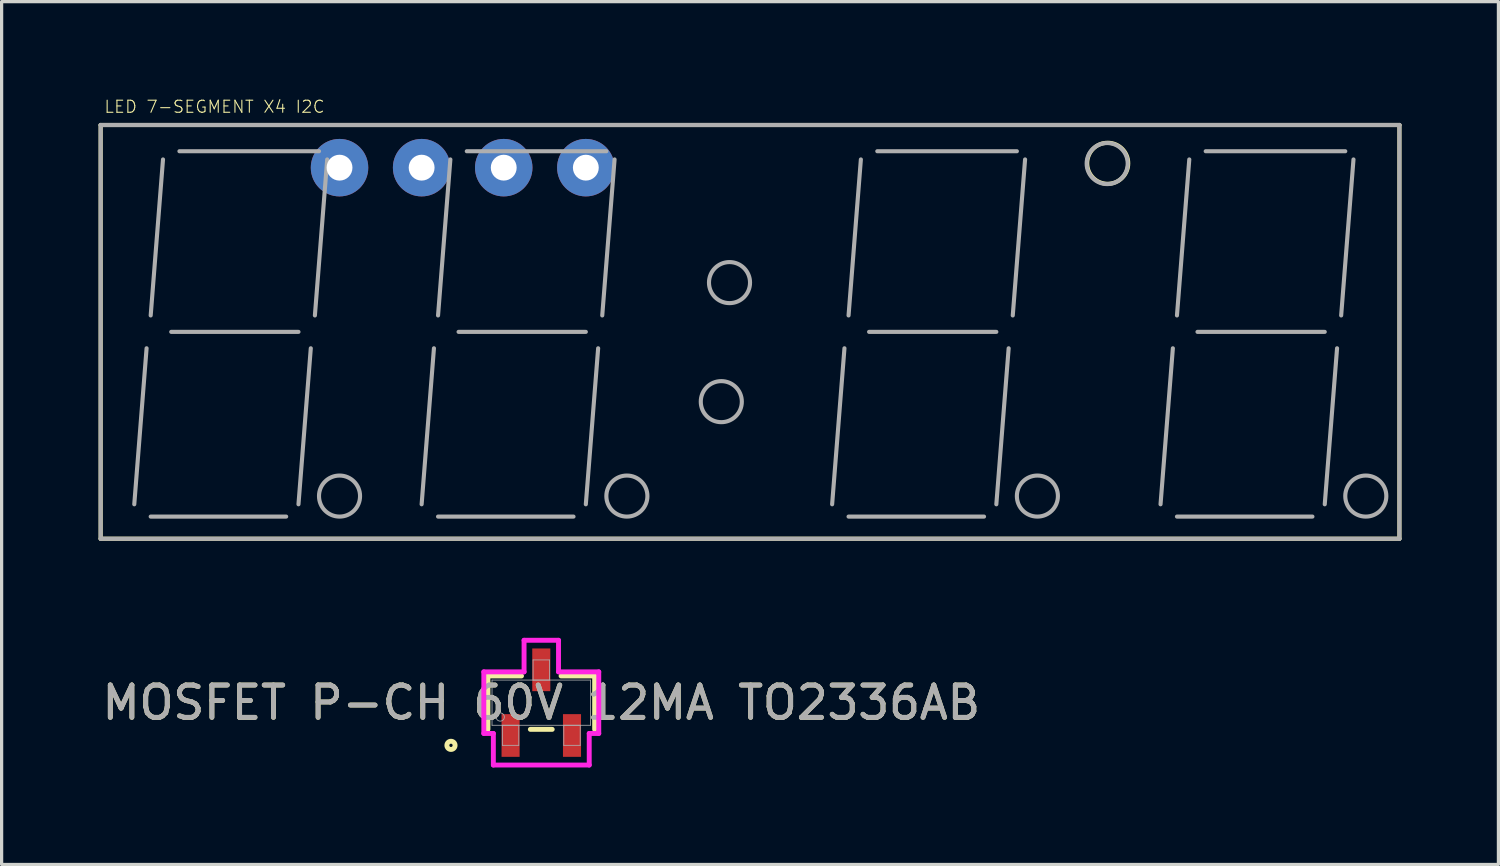
<source format=kicad_pcb>
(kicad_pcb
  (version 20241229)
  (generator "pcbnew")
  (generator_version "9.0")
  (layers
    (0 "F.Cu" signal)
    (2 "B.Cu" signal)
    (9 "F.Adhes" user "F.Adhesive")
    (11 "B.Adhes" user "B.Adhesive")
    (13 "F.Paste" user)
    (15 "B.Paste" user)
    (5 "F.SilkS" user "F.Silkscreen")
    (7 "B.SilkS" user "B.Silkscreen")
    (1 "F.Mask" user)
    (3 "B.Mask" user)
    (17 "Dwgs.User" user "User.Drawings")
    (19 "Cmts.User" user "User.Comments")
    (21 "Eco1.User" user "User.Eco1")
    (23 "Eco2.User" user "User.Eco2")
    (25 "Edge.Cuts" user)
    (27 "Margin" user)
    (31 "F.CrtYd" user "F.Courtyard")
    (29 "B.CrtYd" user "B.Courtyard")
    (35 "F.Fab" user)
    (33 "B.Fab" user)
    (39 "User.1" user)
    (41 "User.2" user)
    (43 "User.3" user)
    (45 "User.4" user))
  (footprint "LED 7-SEGMENT X4 I2C"
    (layer "F.Cu")
    (at 20.154 7.217)
    (property "Reference" "LED 7-SEGMENT X4 I2C" (at -20 -6.746 0) (unlocked yes) (layer "F.SilkS") (effects (font (size 0.374 0.374) (thickness 0.033)) (justify left bottom)))
    (fp_line (start -20.09 -6.4) (end -20.09 6.4) (stroke (width 0.127) (type solid)) (layer "F.SilkS"))
    (fp_line (start -20.09 -6.4) (end 20.09 -6.4) (stroke (width 0.127) (type solid)) (layer "F.SilkS"))
    (fp_line (start -20.09 6.4) (end 20.09 6.4) (stroke (width 0.127) (type solid)) (layer "F.SilkS"))
    (fp_line (start 20.09 -6.4) (end 20.09 6.4) (stroke (width 0.127) (type solid)) (layer "F.SilkS"))
    (fp_circle (center 11.065 -5.215) (end 11.7 -5.215) (stroke (width 0.127) (type solid)) (fill no) (layer "F.SilkS"))
    (fp_line (start -20.09 -6.4) (end -20.09 6.4) (stroke (width 0.127) (type solid)) (layer "F.Fab"))
    (fp_line (start -20.09 -6.4) (end 20.09 -6.4) (stroke (width 0.127) (type solid)) (layer "F.Fab"))
    (fp_line (start -20.09 6.4) (end 20.09 6.4) (stroke (width 0.127) (type solid)) (layer "F.Fab"))
    (fp_line (start -18.669 0.508) (end -19.05 5.334) (stroke (width 0.127) (type solid)) (layer "F.Fab"))
    (fp_line (start -18.542 5.715) (end -14.351 5.715) (stroke (width 0.127) (type solid)) (layer "F.Fab"))
    (fp_line (start -18.161 -5.334) (end -18.542 -0.508) (stroke (width 0.127) (type solid)) (layer "F.Fab"))
    (fp_line (start -17.907 0) (end -13.97 0) (stroke (width 0.127) (type solid)) (layer "F.Fab"))
    (fp_line (start -17.653 -5.588) (end -13.335 -5.588) (stroke (width 0.127) (type solid)) (layer "F.Fab"))
    (fp_line (start -13.589 0.508) (end -13.97 5.334) (stroke (width 0.127) (type solid)) (layer "F.Fab"))
    (fp_line (start -13.081 -5.334) (end -13.462 -0.508) (stroke (width 0.127) (type solid)) (layer "F.Fab"))
    (fp_line (start -9.779 0.508) (end -10.16 5.334) (stroke (width 0.127) (type solid)) (layer "F.Fab"))
    (fp_line (start -9.652 5.715) (end -5.461 5.715) (stroke (width 0.127) (type solid)) (layer "F.Fab"))
    (fp_line (start -9.271 -5.334) (end -9.652 -0.508) (stroke (width 0.127) (type solid)) (layer "F.Fab"))
    (fp_line (start -9.017 0) (end -5.08 0) (stroke (width 0.127) (type solid)) (layer "F.Fab"))
    (fp_line (start -8.763 -5.588) (end -4.445 -5.588) (stroke (width 0.127) (type solid)) (layer "F.Fab"))
    (fp_line (start -4.699 0.508) (end -5.08 5.334) (stroke (width 0.127) (type solid)) (layer "F.Fab"))
    (fp_line (start -4.191 -5.334) (end -4.572 -0.508) (stroke (width 0.127) (type solid)) (layer "F.Fab"))
    (fp_line (start 2.921 0.508) (end 2.54 5.334) (stroke (width 0.127) (type solid)) (layer "F.Fab"))
    (fp_line (start 3.048 5.715) (end 7.239 5.715) (stroke (width 0.127) (type solid)) (layer "F.Fab"))
    (fp_line (start 3.429 -5.334) (end 3.048 -0.508) (stroke (width 0.127) (type solid)) (layer "F.Fab"))
    (fp_line (start 3.683 0) (end 7.62 0) (stroke (width 0.127) (type solid)) (layer "F.Fab"))
    (fp_line (start 3.937 -5.588) (end 8.255 -5.588) (stroke (width 0.127) (type solid)) (layer "F.Fab"))
    (fp_line (start 8.001 0.508) (end 7.62 5.334) (stroke (width 0.127) (type solid)) (layer "F.Fab"))
    (fp_line (start 8.509 -5.334) (end 8.128 -0.508) (stroke (width 0.127) (type solid)) (layer "F.Fab"))
    (fp_line (start 13.081 0.508) (end 12.7 5.334) (stroke (width 0.127) (type solid)) (layer "F.Fab"))
    (fp_line (start 13.208 5.715) (end 17.399 5.715) (stroke (width 0.127) (type solid)) (layer "F.Fab"))
    (fp_line (start 13.589 -5.334) (end 13.208 -0.508) (stroke (width 0.127) (type solid)) (layer "F.Fab"))
    (fp_line (start 13.843 0) (end 17.78 0) (stroke (width 0.127) (type solid)) (layer "F.Fab"))
    (fp_line (start 14.097 -5.588) (end 18.415 -5.588) (stroke (width 0.127) (type solid)) (layer "F.Fab"))
    (fp_line (start 18.161 0.508) (end 17.78 5.334) (stroke (width 0.127) (type solid)) (layer "F.Fab"))
    (fp_line (start 18.669 -5.334) (end 18.288 -0.508) (stroke (width 0.127) (type solid)) (layer "F.Fab"))
    (fp_line (start 20.09 -6.4) (end 20.09 6.4) (stroke (width 0.127) (type solid)) (layer "F.Fab"))
    (fp_circle (center -12.7 5.08) (end -12.065 5.08) (stroke (width 0.127) (type solid)) (fill no) (layer "F.Fab"))
    (fp_circle (center -3.81 5.08) (end -3.175 5.08) (stroke (width 0.127) (type solid)) (fill no) (layer "F.Fab"))
    (fp_circle (center -0.889 2.159) (end -0.254 2.159) (stroke (width 0.127) (type solid)) (fill no) (layer "F.Fab"))
    (fp_circle (center -0.635 -1.524) (end 0 -1.524) (stroke (width 0.127) (type solid)) (fill no) (layer "F.Fab"))
    (fp_circle (center 8.89 5.08) (end 9.525 5.08) (stroke (width 0.127) (type solid)) (fill no) (layer "F.Fab"))
    (fp_circle (center 11.049 -5.207) (end 11.684 -5.207) (stroke (width 0.127) (type solid)) (fill no) (layer "F.Fab"))
    (fp_circle (center 19.05 5.08) (end 19.685 5.08) (stroke (width 0.127) (type solid)) (fill no) (layer "F.Fab"))
    (pad "1" thru_hole circle (at -12.7 -5.08) (size 1.778 1.778) (drill 0.8) (layers "*.Cu" "*.Mask"))
    (pad "2" thru_hole circle (at -10.16 -5.08) (size 1.778 1.778) (drill 0.8) (layers "*.Cu" "*.Mask"))
    (pad "3" thru_hole circle (at -7.62 -5.08) (size 1.778 1.778) (drill 0.8) (layers "*.Cu" "*.Mask"))
    (pad "4" thru_hole circle (at -5.08 -5.08) (size 1.778 1.778) (drill 0.8) (layers "*.Cu" "*.Mask")))
  (footprint "MOSFET P-CH 60V 12MA TO2336AB"
    (layer "F.Cu")
    (at 13.696 18.688)
    (property "Reference" "MOSFET P-CH 60V 12MA TO2336AB" (at 0 0 0) (unlocked yes) (layer "F.SilkS") (effects (font (size 1 1) (thickness 0.15))))
    (attr smd)
    (fp_line (start -1.651 -0.826) (end -1.651 0.826) (stroke (width 0.152) (type solid)) (layer "F.SilkS"))
    (fp_line (start -0.612 -0.826) (end -1.651 -0.826) (stroke (width 0.152) (type solid)) (layer "F.SilkS"))
    (fp_line (start -0.338 0.826) (end 0.338 0.826) (stroke (width 0.152) (type solid)) (layer "F.SilkS"))
    (fp_line (start 1.651 -0.826) (end 0.612 -0.826) (stroke (width 0.152) (type solid)) (layer "F.SilkS"))
    (fp_line (start 1.651 0.826) (end 1.651 -0.826) (stroke (width 0.152) (type solid)) (layer "F.SilkS"))
    (fp_circle (center -2.794 1.321) (end -2.667 1.321) (stroke (width 0.152) (type solid)) (fill no) (layer "F.SilkS"))
    (fp_line (start -1.778 -0.953) (end -0.533 -0.953) (stroke (width 0.152) (type solid)) (layer "F.CrtYd"))
    (fp_line (start -1.778 0.953) (end -1.778 -0.953) (stroke (width 0.152) (type solid)) (layer "F.CrtYd"))
    (fp_line (start -1.778 0.953) (end -1.483 0.953) (stroke (width 0.152) (type solid)) (layer "F.CrtYd"))
    (fp_line (start -1.483 0.953) (end -1.483 1.93) (stroke (width 0.152) (type solid)) (layer "F.CrtYd"))
    (fp_line (start -1.483 1.93) (end 1.483 1.93) (stroke (width 0.152) (type solid)) (layer "F.CrtYd"))
    (fp_line (start -0.533 -1.93) (end 0.533 -1.93) (stroke (width 0.152) (type solid)) (layer "F.CrtYd"))
    (fp_line (start -0.533 -0.953) (end -0.533 -1.93) (stroke (width 0.152) (type solid)) (layer "F.CrtYd"))
    (fp_line (start 0.533 -0.953) (end 0.533 -1.93) (stroke (width 0.152) (type solid)) (layer "F.CrtYd"))
    (fp_line (start 1.483 0.953) (end 1.483 1.93) (stroke (width 0.152) (type solid)) (layer "F.CrtYd"))
    (fp_line (start 1.778 -0.953) (end 0.533 -0.953) (stroke (width 0.152) (type solid)) (layer "F.CrtYd"))
    (fp_line (start 1.778 -0.953) (end 1.778 0.953) (stroke (width 0.152) (type solid)) (layer "F.CrtYd"))
    (fp_line (start 1.778 0.953) (end 1.483 0.953) (stroke (width 0.152) (type solid)) (layer "F.CrtYd"))
    (fp_line (start -1.524 -0.699) (end -1.524 0.699) (stroke (width 0.025) (type solid)) (layer "F.Fab"))
    (fp_line (start -1.524 0.699) (end 1.524 0.699) (stroke (width 0.025) (type solid)) (layer "F.Fab"))
    (fp_line (start -1.204 0.699) (end -1.204 1.321) (stroke (width 0.025) (type solid)) (layer "F.Fab"))
    (fp_line (start -1.204 1.321) (end -0.696 1.321) (stroke (width 0.025) (type solid)) (layer "F.Fab"))
    (fp_line (start -0.696 0.699) (end -1.204 0.699) (stroke (width 0.025) (type solid)) (layer "F.Fab"))
    (fp_line (start -0.696 1.321) (end -0.696 0.699) (stroke (width 0.025) (type solid)) (layer "F.Fab"))
    (fp_line (start -0.254 -1.321) (end -0.254 -0.699) (stroke (width 0.025) (type solid)) (layer "F.Fab"))
    (fp_line (start -0.254 -0.699) (end 0.254 -0.699) (stroke (width 0.025) (type solid)) (layer "F.Fab"))
    (fp_line (start 0.254 -1.321) (end -0.254 -1.321) (stroke (width 0.025) (type solid)) (layer "F.Fab"))
    (fp_line (start 0.254 -0.699) (end 0.254 -1.321) (stroke (width 0.025) (type solid)) (layer "F.Fab"))
    (fp_line (start 0.696 0.699) (end 0.696 1.321) (stroke (width 0.025) (type solid)) (layer "F.Fab"))
    (fp_line (start 0.696 1.321) (end 1.204 1.321) (stroke (width 0.025) (type solid)) (layer "F.Fab"))
    (fp_line (start 1.204 0.699) (end 0.696 0.699) (stroke (width 0.025) (type solid)) (layer "F.Fab"))
    (fp_line (start 1.204 1.321) (end 1.204 0.699) (stroke (width 0.025) (type solid)) (layer "F.Fab"))
    (fp_line (start 1.524 -0.699) (end -1.524 -0.699) (stroke (width 0.025) (type solid)) (layer "F.Fab"))
    (fp_line (start 1.524 0.699) (end 1.524 -0.699) (stroke (width 0.025) (type solid)) (layer "F.Fab"))
    (fp_circle (center -1.27 0.445) (end -1.143 0.445) (stroke (width 0.025) (type solid)) (fill no) (layer "F.Fab"))
    (fp_text user "${REFERENCE}" (at 0 0 0) (unlocked yes) (layer "F.Fab") (effects (font (size 1 1) (thickness 0.15))))
    (pad "1" smd rect (at -0.95 1.016) (size 0.559 1.321) (layers "F.Cu" "F.Mask" "F.Paste"))
    (pad "2" smd rect (at 0.95 1.016) (size 0.559 1.321) (layers "F.Cu" "F.Mask" "F.Paste"))
    (pad "3" smd rect (at 0 -1.016) (size 0.559 1.321) (layers "F.Cu" "F.Mask" "F.Paste")))
  (gr_rect
    (start -3 -3)
    (end 43.307 23.694)
    (stroke (width 0.1) (type default))
    (fill no)
    (layer "Edge.Cuts")))
</source>
